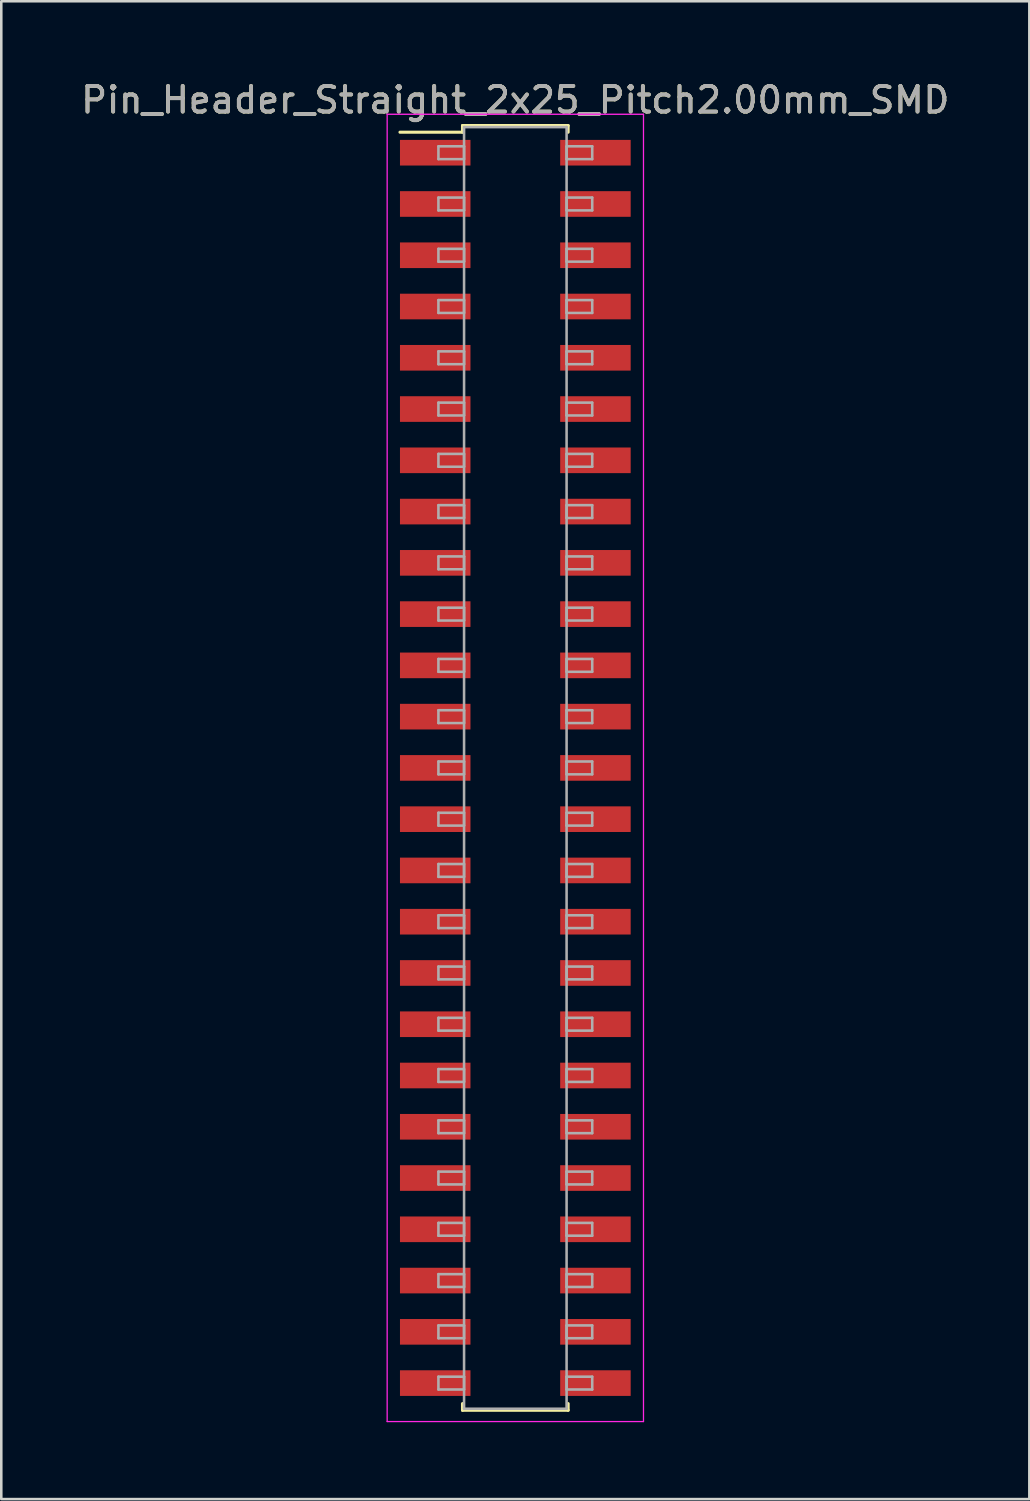
<source format=kicad_pcb>
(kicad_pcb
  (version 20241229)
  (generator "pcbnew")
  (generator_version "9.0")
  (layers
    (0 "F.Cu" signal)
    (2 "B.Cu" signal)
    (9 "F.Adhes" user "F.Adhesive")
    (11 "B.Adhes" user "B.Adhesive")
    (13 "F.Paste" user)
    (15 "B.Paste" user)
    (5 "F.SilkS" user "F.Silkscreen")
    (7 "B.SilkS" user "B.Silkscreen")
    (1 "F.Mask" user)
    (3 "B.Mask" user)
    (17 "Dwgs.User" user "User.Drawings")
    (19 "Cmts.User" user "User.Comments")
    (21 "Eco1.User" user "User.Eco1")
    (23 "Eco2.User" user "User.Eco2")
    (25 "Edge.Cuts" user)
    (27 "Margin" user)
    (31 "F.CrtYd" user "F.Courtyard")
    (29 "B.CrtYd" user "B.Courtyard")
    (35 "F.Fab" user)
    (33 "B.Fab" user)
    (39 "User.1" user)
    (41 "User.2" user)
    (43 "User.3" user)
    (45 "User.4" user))
  (footprint "Pin_Header_Straight_2x25_Pitch2.00mm_SMD"
    (layer "F.Cu")
    (at 17.054 26.908)
    (property "Reference" "Pin_Header_Straight_2x25_Pitch2.00mm_SMD" (at 0 -26.06 0) (layer "F.SilkS") (effects (font (size 1 1) (thickness 0.15))))
    (attr smd)
    (fp_line (start -4.5 -24.8) (end -2.06 -24.8) (stroke (width 0.12) (type solid)) (layer "F.SilkS"))
    (fp_line (start -2.06 -25.06) (end 2.06 -25.06) (stroke (width 0.12) (type solid)) (layer "F.SilkS"))
    (fp_line (start -2.06 -24.8) (end -2.06 -25.06) (stroke (width 0.12) (type solid)) (layer "F.SilkS"))
    (fp_line (start -2.06 24.8) (end -2.06 25.06) (stroke (width 0.12) (type solid)) (layer "F.SilkS"))
    (fp_line (start -2.06 25.06) (end 2.06 25.06) (stroke (width 0.12) (type solid)) (layer "F.SilkS"))
    (fp_line (start 2.06 -25.06) (end 2.06 -24.8) (stroke (width 0.12) (type solid)) (layer "F.SilkS"))
    (fp_line (start 2.06 25.06) (end 2.06 24.8) (stroke (width 0.12) (type solid)) (layer "F.SilkS"))
    (fp_line (start -5 -25.5) (end -5 25.5) (stroke (width 0.05) (type solid)) (layer "F.CrtYd"))
    (fp_line (start -5 25.5) (end 5 25.5) (stroke (width 0.05) (type solid)) (layer "F.CrtYd"))
    (fp_line (start 5 -25.5) (end -5 -25.5) (stroke (width 0.05) (type solid)) (layer "F.CrtYd"))
    (fp_line (start 5 25.5) (end 5 -25.5) (stroke (width 0.05) (type solid)) (layer "F.CrtYd"))
    (fp_line (start -3 -24.25) (end -2 -24.25) (stroke (width 0.1) (type solid)) (layer "F.Fab"))
    (fp_line (start -3 -23.75) (end -3 -24.25) (stroke (width 0.1) (type solid)) (layer "F.Fab"))
    (fp_line (start -3 -22.25) (end -2 -22.25) (stroke (width 0.1) (type solid)) (layer "F.Fab"))
    (fp_line (start -3 -21.75) (end -3 -22.25) (stroke (width 0.1) (type solid)) (layer "F.Fab"))
    (fp_line (start -3 -20.25) (end -2 -20.25) (stroke (width 0.1) (type solid)) (layer "F.Fab"))
    (fp_line (start -3 -19.75) (end -3 -20.25) (stroke (width 0.1) (type solid)) (layer "F.Fab"))
    (fp_line (start -3 -18.25) (end -2 -18.25) (stroke (width 0.1) (type solid)) (layer "F.Fab"))
    (fp_line (start -3 -17.75) (end -3 -18.25) (stroke (width 0.1) (type solid)) (layer "F.Fab"))
    (fp_line (start -3 -16.25) (end -2 -16.25) (stroke (width 0.1) (type solid)) (layer "F.Fab"))
    (fp_line (start -3 -15.75) (end -3 -16.25) (stroke (width 0.1) (type solid)) (layer "F.Fab"))
    (fp_line (start -3 -14.25) (end -2 -14.25) (stroke (width 0.1) (type solid)) (layer "F.Fab"))
    (fp_line (start -3 -13.75) (end -3 -14.25) (stroke (width 0.1) (type solid)) (layer "F.Fab"))
    (fp_line (start -3 -12.25) (end -2 -12.25) (stroke (width 0.1) (type solid)) (layer "F.Fab"))
    (fp_line (start -3 -11.75) (end -3 -12.25) (stroke (width 0.1) (type solid)) (layer "F.Fab"))
    (fp_line (start -3 -10.25) (end -2 -10.25) (stroke (width 0.1) (type solid)) (layer "F.Fab"))
    (fp_line (start -3 -9.75) (end -3 -10.25) (stroke (width 0.1) (type solid)) (layer "F.Fab"))
    (fp_line (start -3 -8.25) (end -2 -8.25) (stroke (width 0.1) (type solid)) (layer "F.Fab"))
    (fp_line (start -3 -7.75) (end -3 -8.25) (stroke (width 0.1) (type solid)) (layer "F.Fab"))
    (fp_line (start -3 -6.25) (end -2 -6.25) (stroke (width 0.1) (type solid)) (layer "F.Fab"))
    (fp_line (start -3 -5.75) (end -3 -6.25) (stroke (width 0.1) (type solid)) (layer "F.Fab"))
    (fp_line (start -3 -4.25) (end -2 -4.25) (stroke (width 0.1) (type solid)) (layer "F.Fab"))
    (fp_line (start -3 -3.75) (end -3 -4.25) (stroke (width 0.1) (type solid)) (layer "F.Fab"))
    (fp_line (start -3 -2.25) (end -2 -2.25) (stroke (width 0.1) (type solid)) (layer "F.Fab"))
    (fp_line (start -3 -1.75) (end -3 -2.25) (stroke (width 0.1) (type solid)) (layer "F.Fab"))
    (fp_line (start -3 -0.25) (end -2 -0.25) (stroke (width 0.1) (type solid)) (layer "F.Fab"))
    (fp_line (start -3 0.25) (end -3 -0.25) (stroke (width 0.1) (type solid)) (layer "F.Fab"))
    (fp_line (start -3 1.75) (end -2 1.75) (stroke (width 0.1) (type solid)) (layer "F.Fab"))
    (fp_line (start -3 2.25) (end -3 1.75) (stroke (width 0.1) (type solid)) (layer "F.Fab"))
    (fp_line (start -3 3.75) (end -2 3.75) (stroke (width 0.1) (type solid)) (layer "F.Fab"))
    (fp_line (start -3 4.25) (end -3 3.75) (stroke (width 0.1) (type solid)) (layer "F.Fab"))
    (fp_line (start -3 5.75) (end -2 5.75) (stroke (width 0.1) (type solid)) (layer "F.Fab"))
    (fp_line (start -3 6.25) (end -3 5.75) (stroke (width 0.1) (type solid)) (layer "F.Fab"))
    (fp_line (start -3 7.75) (end -2 7.75) (stroke (width 0.1) (type solid)) (layer "F.Fab"))
    (fp_line (start -3 8.25) (end -3 7.75) (stroke (width 0.1) (type solid)) (layer "F.Fab"))
    (fp_line (start -3 9.75) (end -2 9.75) (stroke (width 0.1) (type solid)) (layer "F.Fab"))
    (fp_line (start -3 10.25) (end -3 9.75) (stroke (width 0.1) (type solid)) (layer "F.Fab"))
    (fp_line (start -3 11.75) (end -2 11.75) (stroke (width 0.1) (type solid)) (layer "F.Fab"))
    (fp_line (start -3 12.25) (end -3 11.75) (stroke (width 0.1) (type solid)) (layer "F.Fab"))
    (fp_line (start -3 13.75) (end -2 13.75) (stroke (width 0.1) (type solid)) (layer "F.Fab"))
    (fp_line (start -3 14.25) (end -3 13.75) (stroke (width 0.1) (type solid)) (layer "F.Fab"))
    (fp_line (start -3 15.75) (end -2 15.75) (stroke (width 0.1) (type solid)) (layer "F.Fab"))
    (fp_line (start -3 16.25) (end -3 15.75) (stroke (width 0.1) (type solid)) (layer "F.Fab"))
    (fp_line (start -3 17.75) (end -2 17.75) (stroke (width 0.1) (type solid)) (layer "F.Fab"))
    (fp_line (start -3 18.25) (end -3 17.75) (stroke (width 0.1) (type solid)) (layer "F.Fab"))
    (fp_line (start -3 19.75) (end -2 19.75) (stroke (width 0.1) (type solid)) (layer "F.Fab"))
    (fp_line (start -3 20.25) (end -3 19.75) (stroke (width 0.1) (type solid)) (layer "F.Fab"))
    (fp_line (start -3 21.75) (end -2 21.75) (stroke (width 0.1) (type solid)) (layer "F.Fab"))
    (fp_line (start -3 22.25) (end -3 21.75) (stroke (width 0.1) (type solid)) (layer "F.Fab"))
    (fp_line (start -3 23.75) (end -2 23.75) (stroke (width 0.1) (type solid)) (layer "F.Fab"))
    (fp_line (start -3 24.25) (end -3 23.75) (stroke (width 0.1) (type solid)) (layer "F.Fab"))
    (fp_line (start -2 -25) (end -2 25) (stroke (width 0.1) (type solid)) (layer "F.Fab"))
    (fp_line (start -2 -24.25) (end -2 -23.75) (stroke (width 0.1) (type solid)) (layer "F.Fab"))
    (fp_line (start -2 -23.75) (end -3 -23.75) (stroke (width 0.1) (type solid)) (layer "F.Fab"))
    (fp_line (start -2 -22.25) (end -2 -21.75) (stroke (width 0.1) (type solid)) (layer "F.Fab"))
    (fp_line (start -2 -21.75) (end -3 -21.75) (stroke (width 0.1) (type solid)) (layer "F.Fab"))
    (fp_line (start -2 -20.25) (end -2 -19.75) (stroke (width 0.1) (type solid)) (layer "F.Fab"))
    (fp_line (start -2 -19.75) (end -3 -19.75) (stroke (width 0.1) (type solid)) (layer "F.Fab"))
    (fp_line (start -2 -18.25) (end -2 -17.75) (stroke (width 0.1) (type solid)) (layer "F.Fab"))
    (fp_line (start -2 -17.75) (end -3 -17.75) (stroke (width 0.1) (type solid)) (layer "F.Fab"))
    (fp_line (start -2 -16.25) (end -2 -15.75) (stroke (width 0.1) (type solid)) (layer "F.Fab"))
    (fp_line (start -2 -15.75) (end -3 -15.75) (stroke (width 0.1) (type solid)) (layer "F.Fab"))
    (fp_line (start -2 -14.25) (end -2 -13.75) (stroke (width 0.1) (type solid)) (layer "F.Fab"))
    (fp_line (start -2 -13.75) (end -3 -13.75) (stroke (width 0.1) (type solid)) (layer "F.Fab"))
    (fp_line (start -2 -12.25) (end -2 -11.75) (stroke (width 0.1) (type solid)) (layer "F.Fab"))
    (fp_line (start -2 -11.75) (end -3 -11.75) (stroke (width 0.1) (type solid)) (layer "F.Fab"))
    (fp_line (start -2 -10.25) (end -2 -9.75) (stroke (width 0.1) (type solid)) (layer "F.Fab"))
    (fp_line (start -2 -9.75) (end -3 -9.75) (stroke (width 0.1) (type solid)) (layer "F.Fab"))
    (fp_line (start -2 -8.25) (end -2 -7.75) (stroke (width 0.1) (type solid)) (layer "F.Fab"))
    (fp_line (start -2 -7.75) (end -3 -7.75) (stroke (width 0.1) (type solid)) (layer "F.Fab"))
    (fp_line (start -2 -6.25) (end -2 -5.75) (stroke (width 0.1) (type solid)) (layer "F.Fab"))
    (fp_line (start -2 -5.75) (end -3 -5.75) (stroke (width 0.1) (type solid)) (layer "F.Fab"))
    (fp_line (start -2 -4.25) (end -2 -3.75) (stroke (width 0.1) (type solid)) (layer "F.Fab"))
    (fp_line (start -2 -3.75) (end -3 -3.75) (stroke (width 0.1) (type solid)) (layer "F.Fab"))
    (fp_line (start -2 -2.25) (end -2 -1.75) (stroke (width 0.1) (type solid)) (layer "F.Fab"))
    (fp_line (start -2 -1.75) (end -3 -1.75) (stroke (width 0.1) (type solid)) (layer "F.Fab"))
    (fp_line (start -2 -0.25) (end -2 0.25) (stroke (width 0.1) (type solid)) (layer "F.Fab"))
    (fp_line (start -2 0.25) (end -3 0.25) (stroke (width 0.1) (type solid)) (layer "F.Fab"))
    (fp_line (start -2 1.75) (end -2 2.25) (stroke (width 0.1) (type solid)) (layer "F.Fab"))
    (fp_line (start -2 2.25) (end -3 2.25) (stroke (width 0.1) (type solid)) (layer "F.Fab"))
    (fp_line (start -2 3.75) (end -2 4.25) (stroke (width 0.1) (type solid)) (layer "F.Fab"))
    (fp_line (start -2 4.25) (end -3 4.25) (stroke (width 0.1) (type solid)) (layer "F.Fab"))
    (fp_line (start -2 5.75) (end -2 6.25) (stroke (width 0.1) (type solid)) (layer "F.Fab"))
    (fp_line (start -2 6.25) (end -3 6.25) (stroke (width 0.1) (type solid)) (layer "F.Fab"))
    (fp_line (start -2 7.75) (end -2 8.25) (stroke (width 0.1) (type solid)) (layer "F.Fab"))
    (fp_line (start -2 8.25) (end -3 8.25) (stroke (width 0.1) (type solid)) (layer "F.Fab"))
    (fp_line (start -2 9.75) (end -2 10.25) (stroke (width 0.1) (type solid)) (layer "F.Fab"))
    (fp_line (start -2 10.25) (end -3 10.25) (stroke (width 0.1) (type solid)) (layer "F.Fab"))
    (fp_line (start -2 11.75) (end -2 12.25) (stroke (width 0.1) (type solid)) (layer "F.Fab"))
    (fp_line (start -2 12.25) (end -3 12.25) (stroke (width 0.1) (type solid)) (layer "F.Fab"))
    (fp_line (start -2 13.75) (end -2 14.25) (stroke (width 0.1) (type solid)) (layer "F.Fab"))
    (fp_line (start -2 14.25) (end -3 14.25) (stroke (width 0.1) (type solid)) (layer "F.Fab"))
    (fp_line (start -2 15.75) (end -2 16.25) (stroke (width 0.1) (type solid)) (layer "F.Fab"))
    (fp_line (start -2 16.25) (end -3 16.25) (stroke (width 0.1) (type solid)) (layer "F.Fab"))
    (fp_line (start -2 17.75) (end -2 18.25) (stroke (width 0.1) (type solid)) (layer "F.Fab"))
    (fp_line (start -2 18.25) (end -3 18.25) (stroke (width 0.1) (type solid)) (layer "F.Fab"))
    (fp_line (start -2 19.75) (end -2 20.25) (stroke (width 0.1) (type solid)) (layer "F.Fab"))
    (fp_line (start -2 20.25) (end -3 20.25) (stroke (width 0.1) (type solid)) (layer "F.Fab"))
    (fp_line (start -2 21.75) (end -2 22.25) (stroke (width 0.1) (type solid)) (layer "F.Fab"))
    (fp_line (start -2 22.25) (end -3 22.25) (stroke (width 0.1) (type solid)) (layer "F.Fab"))
    (fp_line (start -2 23.75) (end -2 24.25) (stroke (width 0.1) (type solid)) (layer "F.Fab"))
    (fp_line (start -2 24.25) (end -3 24.25) (stroke (width 0.1) (type solid)) (layer "F.Fab"))
    (fp_line (start -2 25) (end 2 25) (stroke (width 0.1) (type solid)) (layer "F.Fab"))
    (fp_line (start 2 -25) (end -2 -25) (stroke (width 0.1) (type solid)) (layer "F.Fab"))
    (fp_line (start 2 -24.25) (end 2 -23.75) (stroke (width 0.1) (type solid)) (layer "F.Fab"))
    (fp_line (start 2 -23.75) (end 3 -23.75) (stroke (width 0.1) (type solid)) (layer "F.Fab"))
    (fp_line (start 2 -22.25) (end 2 -21.75) (stroke (width 0.1) (type solid)) (layer "F.Fab"))
    (fp_line (start 2 -21.75) (end 3 -21.75) (stroke (width 0.1) (type solid)) (layer "F.Fab"))
    (fp_line (start 2 -20.25) (end 2 -19.75) (stroke (width 0.1) (type solid)) (layer "F.Fab"))
    (fp_line (start 2 -19.75) (end 3 -19.75) (stroke (width 0.1) (type solid)) (layer "F.Fab"))
    (fp_line (start 2 -18.25) (end 2 -17.75) (stroke (width 0.1) (type solid)) (layer "F.Fab"))
    (fp_line (start 2 -17.75) (end 3 -17.75) (stroke (width 0.1) (type solid)) (layer "F.Fab"))
    (fp_line (start 2 -16.25) (end 2 -15.75) (stroke (width 0.1) (type solid)) (layer "F.Fab"))
    (fp_line (start 2 -15.75) (end 3 -15.75) (stroke (width 0.1) (type solid)) (layer "F.Fab"))
    (fp_line (start 2 -14.25) (end 2 -13.75) (stroke (width 0.1) (type solid)) (layer "F.Fab"))
    (fp_line (start 2 -13.75) (end 3 -13.75) (stroke (width 0.1) (type solid)) (layer "F.Fab"))
    (fp_line (start 2 -12.25) (end 2 -11.75) (stroke (width 0.1) (type solid)) (layer "F.Fab"))
    (fp_line (start 2 -11.75) (end 3 -11.75) (stroke (width 0.1) (type solid)) (layer "F.Fab"))
    (fp_line (start 2 -10.25) (end 2 -9.75) (stroke (width 0.1) (type solid)) (layer "F.Fab"))
    (fp_line (start 2 -9.75) (end 3 -9.75) (stroke (width 0.1) (type solid)) (layer "F.Fab"))
    (fp_line (start 2 -8.25) (end 2 -7.75) (stroke (width 0.1) (type solid)) (layer "F.Fab"))
    (fp_line (start 2 -7.75) (end 3 -7.75) (stroke (width 0.1) (type solid)) (layer "F.Fab"))
    (fp_line (start 2 -6.25) (end 2 -5.75) (stroke (width 0.1) (type solid)) (layer "F.Fab"))
    (fp_line (start 2 -5.75) (end 3 -5.75) (stroke (width 0.1) (type solid)) (layer "F.Fab"))
    (fp_line (start 2 -4.25) (end 2 -3.75) (stroke (width 0.1) (type solid)) (layer "F.Fab"))
    (fp_line (start 2 -3.75) (end 3 -3.75) (stroke (width 0.1) (type solid)) (layer "F.Fab"))
    (fp_line (start 2 -2.25) (end 2 -1.75) (stroke (width 0.1) (type solid)) (layer "F.Fab"))
    (fp_line (start 2 -1.75) (end 3 -1.75) (stroke (width 0.1) (type solid)) (layer "F.Fab"))
    (fp_line (start 2 -0.25) (end 2 0.25) (stroke (width 0.1) (type solid)) (layer "F.Fab"))
    (fp_line (start 2 0.25) (end 3 0.25) (stroke (width 0.1) (type solid)) (layer "F.Fab"))
    (fp_line (start 2 1.75) (end 2 2.25) (stroke (width 0.1) (type solid)) (layer "F.Fab"))
    (fp_line (start 2 2.25) (end 3 2.25) (stroke (width 0.1) (type solid)) (layer "F.Fab"))
    (fp_line (start 2 3.75) (end 2 4.25) (stroke (width 0.1) (type solid)) (layer "F.Fab"))
    (fp_line (start 2 4.25) (end 3 4.25) (stroke (width 0.1) (type solid)) (layer "F.Fab"))
    (fp_line (start 2 5.75) (end 2 6.25) (stroke (width 0.1) (type solid)) (layer "F.Fab"))
    (fp_line (start 2 6.25) (end 3 6.25) (stroke (width 0.1) (type solid)) (layer "F.Fab"))
    (fp_line (start 2 7.75) (end 2 8.25) (stroke (width 0.1) (type solid)) (layer "F.Fab"))
    (fp_line (start 2 8.25) (end 3 8.25) (stroke (width 0.1) (type solid)) (layer "F.Fab"))
    (fp_line (start 2 9.75) (end 2 10.25) (stroke (width 0.1) (type solid)) (layer "F.Fab"))
    (fp_line (start 2 10.25) (end 3 10.25) (stroke (width 0.1) (type solid)) (layer "F.Fab"))
    (fp_line (start 2 11.75) (end 2 12.25) (stroke (width 0.1) (type solid)) (layer "F.Fab"))
    (fp_line (start 2 12.25) (end 3 12.25) (stroke (width 0.1) (type solid)) (layer "F.Fab"))
    (fp_line (start 2 13.75) (end 2 14.25) (stroke (width 0.1) (type solid)) (layer "F.Fab"))
    (fp_line (start 2 14.25) (end 3 14.25) (stroke (width 0.1) (type solid)) (layer "F.Fab"))
    (fp_line (start 2 15.75) (end 2 16.25) (stroke (width 0.1) (type solid)) (layer "F.Fab"))
    (fp_line (start 2 16.25) (end 3 16.25) (stroke (width 0.1) (type solid)) (layer "F.Fab"))
    (fp_line (start 2 17.75) (end 2 18.25) (stroke (width 0.1) (type solid)) (layer "F.Fab"))
    (fp_line (start 2 18.25) (end 3 18.25) (stroke (width 0.1) (type solid)) (layer "F.Fab"))
    (fp_line (start 2 19.75) (end 2 20.25) (stroke (width 0.1) (type solid)) (layer "F.Fab"))
    (fp_line (start 2 20.25) (end 3 20.25) (stroke (width 0.1) (type solid)) (layer "F.Fab"))
    (fp_line (start 2 21.75) (end 2 22.25) (stroke (width 0.1) (type solid)) (layer "F.Fab"))
    (fp_line (start 2 22.25) (end 3 22.25) (stroke (width 0.1) (type solid)) (layer "F.Fab"))
    (fp_line (start 2 23.75) (end 2 24.25) (stroke (width 0.1) (type solid)) (layer "F.Fab"))
    (fp_line (start 2 24.25) (end 3 24.25) (stroke (width 0.1) (type solid)) (layer "F.Fab"))
    (fp_line (start 2 25) (end 2 -25) (stroke (width 0.1) (type solid)) (layer "F.Fab"))
    (fp_line (start 3 -24.25) (end 2 -24.25) (stroke (width 0.1) (type solid)) (layer "F.Fab"))
    (fp_line (start 3 -23.75) (end 3 -24.25) (stroke (width 0.1) (type solid)) (layer "F.Fab"))
    (fp_line (start 3 -22.25) (end 2 -22.25) (stroke (width 0.1) (type solid)) (layer "F.Fab"))
    (fp_line (start 3 -21.75) (end 3 -22.25) (stroke (width 0.1) (type solid)) (layer "F.Fab"))
    (fp_line (start 3 -20.25) (end 2 -20.25) (stroke (width 0.1) (type solid)) (layer "F.Fab"))
    (fp_line (start 3 -19.75) (end 3 -20.25) (stroke (width 0.1) (type solid)) (layer "F.Fab"))
    (fp_line (start 3 -18.25) (end 2 -18.25) (stroke (width 0.1) (type solid)) (layer "F.Fab"))
    (fp_line (start 3 -17.75) (end 3 -18.25) (stroke (width 0.1) (type solid)) (layer "F.Fab"))
    (fp_line (start 3 -16.25) (end 2 -16.25) (stroke (width 0.1) (type solid)) (layer "F.Fab"))
    (fp_line (start 3 -15.75) (end 3 -16.25) (stroke (width 0.1) (type solid)) (layer "F.Fab"))
    (fp_line (start 3 -14.25) (end 2 -14.25) (stroke (width 0.1) (type solid)) (layer "F.Fab"))
    (fp_line (start 3 -13.75) (end 3 -14.25) (stroke (width 0.1) (type solid)) (layer "F.Fab"))
    (fp_line (start 3 -12.25) (end 2 -12.25) (stroke (width 0.1) (type solid)) (layer "F.Fab"))
    (fp_line (start 3 -11.75) (end 3 -12.25) (stroke (width 0.1) (type solid)) (layer "F.Fab"))
    (fp_line (start 3 -10.25) (end 2 -10.25) (stroke (width 0.1) (type solid)) (layer "F.Fab"))
    (fp_line (start 3 -9.75) (end 3 -10.25) (stroke (width 0.1) (type solid)) (layer "F.Fab"))
    (fp_line (start 3 -8.25) (end 2 -8.25) (stroke (width 0.1) (type solid)) (layer "F.Fab"))
    (fp_line (start 3 -7.75) (end 3 -8.25) (stroke (width 0.1) (type solid)) (layer "F.Fab"))
    (fp_line (start 3 -6.25) (end 2 -6.25) (stroke (width 0.1) (type solid)) (layer "F.Fab"))
    (fp_line (start 3 -5.75) (end 3 -6.25) (stroke (width 0.1) (type solid)) (layer "F.Fab"))
    (fp_line (start 3 -4.25) (end 2 -4.25) (stroke (width 0.1) (type solid)) (layer "F.Fab"))
    (fp_line (start 3 -3.75) (end 3 -4.25) (stroke (width 0.1) (type solid)) (layer "F.Fab"))
    (fp_line (start 3 -2.25) (end 2 -2.25) (stroke (width 0.1) (type solid)) (layer "F.Fab"))
    (fp_line (start 3 -1.75) (end 3 -2.25) (stroke (width 0.1) (type solid)) (layer "F.Fab"))
    (fp_line (start 3 -0.25) (end 2 -0.25) (stroke (width 0.1) (type solid)) (layer "F.Fab"))
    (fp_line (start 3 0.25) (end 3 -0.25) (stroke (width 0.1) (type solid)) (layer "F.Fab"))
    (fp_line (start 3 1.75) (end 2 1.75) (stroke (width 0.1) (type solid)) (layer "F.Fab"))
    (fp_line (start 3 2.25) (end 3 1.75) (stroke (width 0.1) (type solid)) (layer "F.Fab"))
    (fp_line (start 3 3.75) (end 2 3.75) (stroke (width 0.1) (type solid)) (layer "F.Fab"))
    (fp_line (start 3 4.25) (end 3 3.75) (stroke (width 0.1) (type solid)) (layer "F.Fab"))
    (fp_line (start 3 5.75) (end 2 5.75) (stroke (width 0.1) (type solid)) (layer "F.Fab"))
    (fp_line (start 3 6.25) (end 3 5.75) (stroke (width 0.1) (type solid)) (layer "F.Fab"))
    (fp_line (start 3 7.75) (end 2 7.75) (stroke (width 0.1) (type solid)) (layer "F.Fab"))
    (fp_line (start 3 8.25) (end 3 7.75) (stroke (width 0.1) (type solid)) (layer "F.Fab"))
    (fp_line (start 3 9.75) (end 2 9.75) (stroke (width 0.1) (type solid)) (layer "F.Fab"))
    (fp_line (start 3 10.25) (end 3 9.75) (stroke (width 0.1) (type solid)) (layer "F.Fab"))
    (fp_line (start 3 11.75) (end 2 11.75) (stroke (width 0.1) (type solid)) (layer "F.Fab"))
    (fp_line (start 3 12.25) (end 3 11.75) (stroke (width 0.1) (type solid)) (layer "F.Fab"))
    (fp_line (start 3 13.75) (end 2 13.75) (stroke (width 0.1) (type solid)) (layer "F.Fab"))
    (fp_line (start 3 14.25) (end 3 13.75) (stroke (width 0.1) (type solid)) (layer "F.Fab"))
    (fp_line (start 3 15.75) (end 2 15.75) (stroke (width 0.1) (type solid)) (layer "F.Fab"))
    (fp_line (start 3 16.25) (end 3 15.75) (stroke (width 0.1) (type solid)) (layer "F.Fab"))
    (fp_line (start 3 17.75) (end 2 17.75) (stroke (width 0.1) (type solid)) (layer "F.Fab"))
    (fp_line (start 3 18.25) (end 3 17.75) (stroke (width 0.1) (type solid)) (layer "F.Fab"))
    (fp_line (start 3 19.75) (end 2 19.75) (stroke (width 0.1) (type solid)) (layer "F.Fab"))
    (fp_line (start 3 20.25) (end 3 19.75) (stroke (width 0.1) (type solid)) (layer "F.Fab"))
    (fp_line (start 3 21.75) (end 2 21.75) (stroke (width 0.1) (type solid)) (layer "F.Fab"))
    (fp_line (start 3 22.25) (end 3 21.75) (stroke (width 0.1) (type solid)) (layer "F.Fab"))
    (fp_line (start 3 23.75) (end 2 23.75) (stroke (width 0.1) (type solid)) (layer "F.Fab"))
    (fp_line (start 3 24.25) (end 3 23.75) (stroke (width 0.1) (type solid)) (layer "F.Fab"))
    (fp_text user "${REFERENCE}" (at 0 -26.06 0) (layer "F.Fab") (effects (font (size 1 1) (thickness 0.15))))
    (pad "1" smd rect (at -3.125 -24) (size 2.75 1) (layers "F.Cu" "F.Mask" "F.Paste"))
    (pad "2" smd rect (at 3.125 -24) (size 2.75 1) (layers "F.Cu" "F.Mask" "F.Paste"))
    (pad "3" smd rect (at -3.125 -22) (size 2.75 1) (layers "F.Cu" "F.Mask" "F.Paste"))
    (pad "4" smd rect (at 3.125 -22) (size 2.75 1) (layers "F.Cu" "F.Mask" "F.Paste"))
    (pad "5" smd rect (at -3.125 -20) (size 2.75 1) (layers "F.Cu" "F.Mask" "F.Paste"))
    (pad "6" smd rect (at 3.125 -20) (size 2.75 1) (layers "F.Cu" "F.Mask" "F.Paste"))
    (pad "7" smd rect (at -3.125 -18) (size 2.75 1) (layers "F.Cu" "F.Mask" "F.Paste"))
    (pad "8" smd rect (at 3.125 -18) (size 2.75 1) (layers "F.Cu" "F.Mask" "F.Paste"))
    (pad "9" smd rect (at -3.125 -16) (size 2.75 1) (layers "F.Cu" "F.Mask" "F.Paste"))
    (pad "10" smd rect (at 3.125 -16) (size 2.75 1) (layers "F.Cu" "F.Mask" "F.Paste"))
    (pad "11" smd rect (at -3.125 -14) (size 2.75 1) (layers "F.Cu" "F.Mask" "F.Paste"))
    (pad "12" smd rect (at 3.125 -14) (size 2.75 1) (layers "F.Cu" "F.Mask" "F.Paste"))
    (pad "13" smd rect (at -3.125 -12) (size 2.75 1) (layers "F.Cu" "F.Mask" "F.Paste"))
    (pad "14" smd rect (at 3.125 -12) (size 2.75 1) (layers "F.Cu" "F.Mask" "F.Paste"))
    (pad "15" smd rect (at -3.125 -10) (size 2.75 1) (layers "F.Cu" "F.Mask" "F.Paste"))
    (pad "16" smd rect (at 3.125 -10) (size 2.75 1) (layers "F.Cu" "F.Mask" "F.Paste"))
    (pad "17" smd rect (at -3.125 -8) (size 2.75 1) (layers "F.Cu" "F.Mask" "F.Paste"))
    (pad "18" smd rect (at 3.125 -8) (size 2.75 1) (layers "F.Cu" "F.Mask" "F.Paste"))
    (pad "19" smd rect (at -3.125 -6) (size 2.75 1) (layers "F.Cu" "F.Mask" "F.Paste"))
    (pad "20" smd rect (at 3.125 -6) (size 2.75 1) (layers "F.Cu" "F.Mask" "F.Paste"))
    (pad "21" smd rect (at -3.125 -4) (size 2.75 1) (layers "F.Cu" "F.Mask" "F.Paste"))
    (pad "22" smd rect (at 3.125 -4) (size 2.75 1) (layers "F.Cu" "F.Mask" "F.Paste"))
    (pad "23" smd rect (at -3.125 -2) (size 2.75 1) (layers "F.Cu" "F.Mask" "F.Paste"))
    (pad "24" smd rect (at 3.125 -2) (size 2.75 1) (layers "F.Cu" "F.Mask" "F.Paste"))
    (pad "25" smd rect (at -3.125 0) (size 2.75 1) (layers "F.Cu" "F.Mask" "F.Paste"))
    (pad "26" smd rect (at 3.125 0) (size 2.75 1) (layers "F.Cu" "F.Mask" "F.Paste"))
    (pad "27" smd rect (at -3.125 2) (size 2.75 1) (layers "F.Cu" "F.Mask" "F.Paste"))
    (pad "28" smd rect (at 3.125 2) (size 2.75 1) (layers "F.Cu" "F.Mask" "F.Paste"))
    (pad "29" smd rect (at -3.125 4) (size 2.75 1) (layers "F.Cu" "F.Mask" "F.Paste"))
    (pad "30" smd rect (at 3.125 4) (size 2.75 1) (layers "F.Cu" "F.Mask" "F.Paste"))
    (pad "31" smd rect (at -3.125 6) (size 2.75 1) (layers "F.Cu" "F.Mask" "F.Paste"))
    (pad "32" smd rect (at 3.125 6) (size 2.75 1) (layers "F.Cu" "F.Mask" "F.Paste"))
    (pad "33" smd rect (at -3.125 8) (size 2.75 1) (layers "F.Cu" "F.Mask" "F.Paste"))
    (pad "34" smd rect (at 3.125 8) (size 2.75 1) (layers "F.Cu" "F.Mask" "F.Paste"))
    (pad "35" smd rect (at -3.125 10) (size 2.75 1) (layers "F.Cu" "F.Mask" "F.Paste"))
    (pad "36" smd rect (at 3.125 10) (size 2.75 1) (layers "F.Cu" "F.Mask" "F.Paste"))
    (pad "37" smd rect (at -3.125 12) (size 2.75 1) (layers "F.Cu" "F.Mask" "F.Paste"))
    (pad "38" smd rect (at 3.125 12) (size 2.75 1) (layers "F.Cu" "F.Mask" "F.Paste"))
    (pad "39" smd rect (at -3.125 14) (size 2.75 1) (layers "F.Cu" "F.Mask" "F.Paste"))
    (pad "40" smd rect (at 3.125 14) (size 2.75 1) (layers "F.Cu" "F.Mask" "F.Paste"))
    (pad "41" smd rect (at -3.125 16) (size 2.75 1) (layers "F.Cu" "F.Mask" "F.Paste"))
    (pad "42" smd rect (at 3.125 16) (size 2.75 1) (layers "F.Cu" "F.Mask" "F.Paste"))
    (pad "43" smd rect (at -3.125 18) (size 2.75 1) (layers "F.Cu" "F.Mask" "F.Paste"))
    (pad "44" smd rect (at 3.125 18) (size 2.75 1) (layers "F.Cu" "F.Mask" "F.Paste"))
    (pad "45" smd rect (at -3.125 20) (size 2.75 1) (layers "F.Cu" "F.Mask" "F.Paste"))
    (pad "46" smd rect (at 3.125 20) (size 2.75 1) (layers "F.Cu" "F.Mask" "F.Paste"))
    (pad "47" smd rect (at -3.125 22) (size 2.75 1) (layers "F.Cu" "F.Mask" "F.Paste"))
    (pad "48" smd rect (at 3.125 22) (size 2.75 1) (layers "F.Cu" "F.Mask" "F.Paste"))
    (pad "49" smd rect (at -3.125 24) (size 2.75 1) (layers "F.Cu" "F.Mask" "F.Paste"))
    (pad "50" smd rect (at 3.125 24) (size 2.75 1) (layers "F.Cu" "F.Mask" "F.Paste")))
  (gr_rect
    (start -3 -3)
    (end 37.107 55.433)
    (stroke (width 0.1) (type default))
    (fill no)
    (layer "Edge.Cuts")))
</source>
